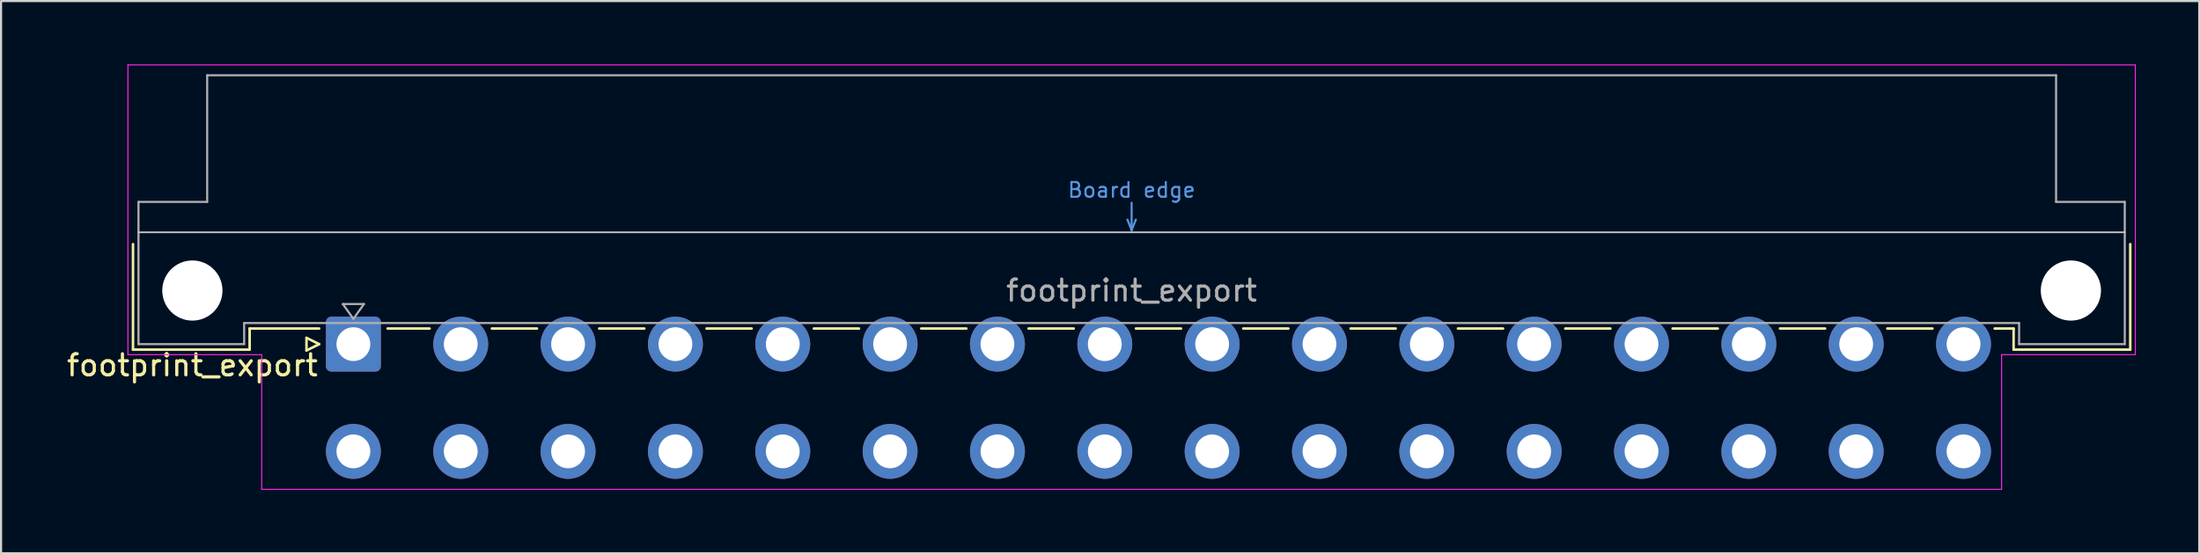
<source format=kicad_pcb>
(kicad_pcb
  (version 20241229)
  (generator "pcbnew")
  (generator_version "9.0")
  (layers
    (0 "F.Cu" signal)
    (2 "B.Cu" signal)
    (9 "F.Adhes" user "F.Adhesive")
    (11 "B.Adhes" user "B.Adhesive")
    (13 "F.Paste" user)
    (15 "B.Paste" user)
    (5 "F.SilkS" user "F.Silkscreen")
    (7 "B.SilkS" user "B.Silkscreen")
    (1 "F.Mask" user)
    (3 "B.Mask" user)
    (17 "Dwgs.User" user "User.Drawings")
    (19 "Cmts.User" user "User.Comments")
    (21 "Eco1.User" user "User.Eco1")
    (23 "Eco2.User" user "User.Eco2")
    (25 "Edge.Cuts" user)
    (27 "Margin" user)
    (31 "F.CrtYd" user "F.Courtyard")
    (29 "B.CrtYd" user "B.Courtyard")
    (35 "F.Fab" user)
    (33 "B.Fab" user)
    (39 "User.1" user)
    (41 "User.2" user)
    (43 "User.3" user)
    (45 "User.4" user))
  (footprint "footprint_export"
    (layer "F.Cu")
    (at 11.134 13.255)
    (property "Reference" "footprint_export" (at -5.08 1 0) (layer "F.SilkS") (effects (font (size 1 1) (thickness 0.15))))
    (attr through_hole)
    (fp_line (start -7.89 -4.74) (end -7.89 0.26) (stroke (width 0.12) (type solid)) (layer "F.SilkS"))
    (fp_line (start -7.89 0.26) (end -2.37 0.26) (stroke (width 0.12) (type solid)) (layer "F.SilkS"))
    (fp_line (start -2.371 -0.74) (end 0.92 -0.74) (stroke (width 0.12) (type solid)) (layer "F.SilkS"))
    (fp_line (start -2.37 0.26) (end -2.37 -0.74) (stroke (width 0.12) (type solid)) (layer "F.SilkS"))
    (fp_line (start 0.32 -0.3) (end 0.32 0.3) (stroke (width 0.12) (type solid)) (layer "F.SilkS"))
    (fp_line (start 0.32 0.3) (end 0.92 0) (stroke (width 0.12) (type solid)) (layer "F.SilkS"))
    (fp_line (start 0.92 0) (end 0.32 -0.3) (stroke (width 0.12) (type solid)) (layer "F.SilkS"))
    (fp_line (start 4.16 -0.74) (end 6.149 -0.74) (stroke (width 0.12) (type solid)) (layer "F.SilkS"))
    (fp_line (start 9.092 -0.74) (end 11.229 -0.74) (stroke (width 0.12) (type solid)) (layer "F.SilkS"))
    (fp_line (start 14.172 -0.74) (end 16.309 -0.74) (stroke (width 0.12) (type solid)) (layer "F.SilkS"))
    (fp_line (start 19.252 -0.74) (end 21.389 -0.74) (stroke (width 0.12) (type solid)) (layer "F.SilkS"))
    (fp_line (start 24.332 -0.74) (end 26.469 -0.74) (stroke (width 0.12) (type solid)) (layer "F.SilkS"))
    (fp_line (start 29.412 -0.74) (end 31.549 -0.74) (stroke (width 0.12) (type solid)) (layer "F.SilkS"))
    (fp_line (start 34.492 -0.74) (end 36.629 -0.74) (stroke (width 0.12) (type solid)) (layer "F.SilkS"))
    (fp_line (start 39.572 -0.74) (end 41.709 -0.74) (stroke (width 0.12) (type solid)) (layer "F.SilkS"))
    (fp_line (start 44.652 -0.74) (end 46.789 -0.74) (stroke (width 0.12) (type solid)) (layer "F.SilkS"))
    (fp_line (start 49.732 -0.74) (end 51.869 -0.74) (stroke (width 0.12) (type solid)) (layer "F.SilkS"))
    (fp_line (start 54.812 -0.74) (end 56.949 -0.74) (stroke (width 0.12) (type solid)) (layer "F.SilkS"))
    (fp_line (start 59.892 -0.74) (end 62.029 -0.74) (stroke (width 0.12) (type solid)) (layer "F.SilkS"))
    (fp_line (start 64.972 -0.74) (end 67.109 -0.74) (stroke (width 0.12) (type solid)) (layer "F.SilkS"))
    (fp_line (start 70.052 -0.74) (end 72.189 -0.74) (stroke (width 0.12) (type solid)) (layer "F.SilkS"))
    (fp_line (start 75.132 -0.74) (end 77.269 -0.74) (stroke (width 0.12) (type solid)) (layer "F.SilkS"))
    (fp_line (start 80.212 -0.74) (end 81.11 -0.74) (stroke (width 0.12) (type solid)) (layer "F.SilkS"))
    (fp_line (start 81.11 0.26) (end 81.11 -0.74) (stroke (width 0.12) (type solid)) (layer "F.SilkS"))
    (fp_line (start 86.63 -4.74) (end 86.63 0.26) (stroke (width 0.12) (type solid)) (layer "F.SilkS"))
    (fp_line (start 86.63 0.26) (end 81.11 0.26) (stroke (width 0.12) (type solid)) (layer "F.SilkS"))
    (fp_line (start -7.63 -5.3) (end 86.37 -5.3) (stroke (width 0.08) (type solid)) (layer "Dwgs.User"))
    (fp_line (start 39.17 -5.9) (end 39.37 -5.4) (stroke (width 0.1) (type solid)) (layer "Cmts.User"))
    (fp_line (start 39.37 -5.4) (end 39.37 -6.7) (stroke (width 0.1) (type solid)) (layer "Cmts.User"))
    (fp_line (start 39.37 -5.4) (end 39.57 -5.9) (stroke (width 0.1) (type solid)) (layer "Cmts.User"))
    (fp_line (start -8.13 -13.23) (end -8.13 0.5) (stroke (width 0.05) (type solid)) (layer "F.CrtYd"))
    (fp_line (start -8.13 0.5) (end -1.8 0.5) (stroke (width 0.05) (type solid)) (layer "F.CrtYd"))
    (fp_line (start -1.8 0.5) (end -1.8 6.88) (stroke (width 0.05) (type solid)) (layer "F.CrtYd"))
    (fp_line (start -1.8 6.88) (end 80.54 6.88) (stroke (width 0.05) (type solid)) (layer "F.CrtYd"))
    (fp_line (start 80.54 0.5) (end 86.87 0.5) (stroke (width 0.05) (type solid)) (layer "F.CrtYd"))
    (fp_line (start 80.54 6.88) (end 80.54 0.5) (stroke (width 0.05) (type solid)) (layer "F.CrtYd"))
    (fp_line (start 86.87 -13.23) (end -8.13 -13.23) (stroke (width 0.05) (type solid)) (layer "F.CrtYd"))
    (fp_line (start 86.87 0.5) (end 86.87 -13.23) (stroke (width 0.05) (type solid)) (layer "F.CrtYd"))
    (fp_line (start -7.63 -6.74) (end -7.63 0) (stroke (width 0.1) (type solid)) (layer "F.Fab"))
    (fp_line (start -7.63 0) (end -2.63 0) (stroke (width 0.1) (type solid)) (layer "F.Fab"))
    (fp_line (start -4.38 -12.74) (end -4.38 -6.74) (stroke (width 0.1) (type solid)) (layer "F.Fab"))
    (fp_line (start -4.38 -6.74) (end -7.63 -6.74) (stroke (width 0.1) (type solid)) (layer "F.Fab"))
    (fp_line (start -2.63 -1) (end 81.37 -1) (stroke (width 0.1) (type solid)) (layer "F.Fab"))
    (fp_line (start -2.63 0) (end -2.63 -1) (stroke (width 0.1) (type solid)) (layer "F.Fab"))
    (fp_line (start 2.04 -1.9) (end 3.04 -1.9) (stroke (width 0.1) (type solid)) (layer "F.Fab"))
    (fp_line (start 2.54 -1.2) (end 2.04 -1.9) (stroke (width 0.1) (type solid)) (layer "F.Fab"))
    (fp_line (start 3.04 -1.9) (end 2.54 -1.2) (stroke (width 0.1) (type solid)) (layer "F.Fab"))
    (fp_line (start 81.37 -1) (end 81.37 0) (stroke (width 0.1) (type solid)) (layer "F.Fab"))
    (fp_line (start 81.37 0) (end 86.37 0) (stroke (width 0.1) (type solid)) (layer "F.Fab"))
    (fp_line (start 83.12 -12.74) (end -4.38 -12.74) (stroke (width 0.1) (type solid)) (layer "F.Fab"))
    (fp_line (start 83.12 -6.74) (end 83.12 -12.74) (stroke (width 0.1) (type solid)) (layer "F.Fab"))
    (fp_line (start 86.37 -6.74) (end 83.12 -6.74) (stroke (width 0.1) (type solid)) (layer "F.Fab"))
    (fp_line (start 86.37 0) (end 86.37 -6.74) (stroke (width 0.1) (type solid)) (layer "F.Fab"))
    (fp_text user "Board edge" (at 39.37 -7.3 0) (layer "Cmts.User") (effects (font (size 0.7 0.7) (thickness 0.1))))
    (fp_text user "${REFERENCE}" (at 39.37 -2.54 0) (layer "F.Fab") (effects (font (size 1 1) (thickness 0.15))))
    (pad "" np_thru_hole circle (at -5.08 -2.54) (size 2.85 2.85) (drill 2.85) (layers "*.Cu" "*.Mask"))
    (pad "" np_thru_hole circle (at 83.82 -2.54) (size 2.85 2.85) (drill 2.85) (layers "*.Cu" "*.Mask"))
    (pad "a2" thru_hole roundrect (at 2.54 0) (size 2.6 2.6) (drill 1.6) (layers "*.Cu" "*.Mask") (roundrect_rratio 0.096))
    (pad "a4" thru_hole circle (at 7.62 0) (size 2.6 2.6) (drill 1.6) (layers "*.Cu" "*.Mask"))
    (pad "a6" thru_hole circle (at 12.7 0) (size 2.6 2.6) (drill 1.6) (layers "*.Cu" "*.Mask"))
    (pad "a8" thru_hole circle (at 17.78 0) (size 2.6 2.6) (drill 1.6) (layers "*.Cu" "*.Mask"))
    (pad "a10" thru_hole circle (at 22.86 0) (size 2.6 2.6) (drill 1.6) (layers "*.Cu" "*.Mask"))
    (pad "a12" thru_hole circle (at 27.94 0) (size 2.6 2.6) (drill 1.6) (layers "*.Cu" "*.Mask"))
    (pad "a14" thru_hole circle (at 33.02 0) (size 2.6 2.6) (drill 1.6) (layers "*.Cu" "*.Mask"))
    (pad "a16" thru_hole circle (at 38.1 0) (size 2.6 2.6) (drill 1.6) (layers "*.Cu" "*.Mask"))
    (pad "a18" thru_hole circle (at 43.18 0) (size 2.6 2.6) (drill 1.6) (layers "*.Cu" "*.Mask"))
    (pad "a20" thru_hole circle (at 48.26 0) (size 2.6 2.6) (drill 1.6) (layers "*.Cu" "*.Mask"))
    (pad "a22" thru_hole circle (at 53.34 0) (size 2.6 2.6) (drill 1.6) (layers "*.Cu" "*.Mask"))
    (pad "a24" thru_hole circle (at 58.42 0) (size 2.6 2.6) (drill 1.6) (layers "*.Cu" "*.Mask"))
    (pad "a26" thru_hole circle (at 63.5 0) (size 2.6 2.6) (drill 1.6) (layers "*.Cu" "*.Mask"))
    (pad "a28" thru_hole circle (at 68.58 0) (size 2.6 2.6) (drill 1.6) (layers "*.Cu" "*.Mask"))
    (pad "a30" thru_hole circle (at 73.66 0) (size 2.6 2.6) (drill 1.6) (layers "*.Cu" "*.Mask"))
    (pad "a32" thru_hole circle (at 78.74 0) (size 2.6 2.6) (drill 1.6) (layers "*.Cu" "*.Mask"))
    (pad "c2" thru_hole circle (at 2.54 5.08) (size 2.6 2.6) (drill 1.6) (layers "*.Cu" "*.Mask"))
    (pad "c4" thru_hole circle (at 7.62 5.08) (size 2.6 2.6) (drill 1.6) (layers "*.Cu" "*.Mask"))
    (pad "c6" thru_hole circle (at 12.7 5.08) (size 2.6 2.6) (drill 1.6) (layers "*.Cu" "*.Mask"))
    (pad "c8" thru_hole circle (at 17.78 5.08) (size 2.6 2.6) (drill 1.6) (layers "*.Cu" "*.Mask"))
    (pad "c10" thru_hole circle (at 22.86 5.08) (size 2.6 2.6) (drill 1.6) (layers "*.Cu" "*.Mask"))
    (pad "c12" thru_hole circle (at 27.94 5.08) (size 2.6 2.6) (drill 1.6) (layers "*.Cu" "*.Mask"))
    (pad "c14" thru_hole circle (at 33.02 5.08) (size 2.6 2.6) (drill 1.6) (layers "*.Cu" "*.Mask"))
    (pad "c16" thru_hole circle (at 38.1 5.08) (size 2.6 2.6) (drill 1.6) (layers "*.Cu" "*.Mask"))
    (pad "c18" thru_hole circle (at 43.18 5.08) (size 2.6 2.6) (drill 1.6) (layers "*.Cu" "*.Mask"))
    (pad "c20" thru_hole circle (at 48.26 5.08) (size 2.6 2.6) (drill 1.6) (layers "*.Cu" "*.Mask"))
    (pad "c22" thru_hole circle (at 53.34 5.08) (size 2.6 2.6) (drill 1.6) (layers "*.Cu" "*.Mask"))
    (pad "c24" thru_hole circle (at 58.42 5.08) (size 2.6 2.6) (drill 1.6) (layers "*.Cu" "*.Mask"))
    (pad "c26" thru_hole circle (at 63.5 5.08) (size 2.6 2.6) (drill 1.6) (layers "*.Cu" "*.Mask"))
    (pad "c28" thru_hole circle (at 68.58 5.08) (size 2.6 2.6) (drill 1.6) (layers "*.Cu" "*.Mask"))
    (pad "c30" thru_hole circle (at 73.66 5.08) (size 2.6 2.6) (drill 1.6) (layers "*.Cu" "*.Mask"))
    (pad "c32" thru_hole circle (at 78.74 5.08) (size 2.6 2.6) (drill 1.6) (layers "*.Cu" "*.Mask")))
  (gr_rect
    (start -3 -3)
    (end 101.029 23.16)
    (stroke (width 0.1) (type default))
    (fill no)
    (layer "Edge.Cuts")))
</source>
